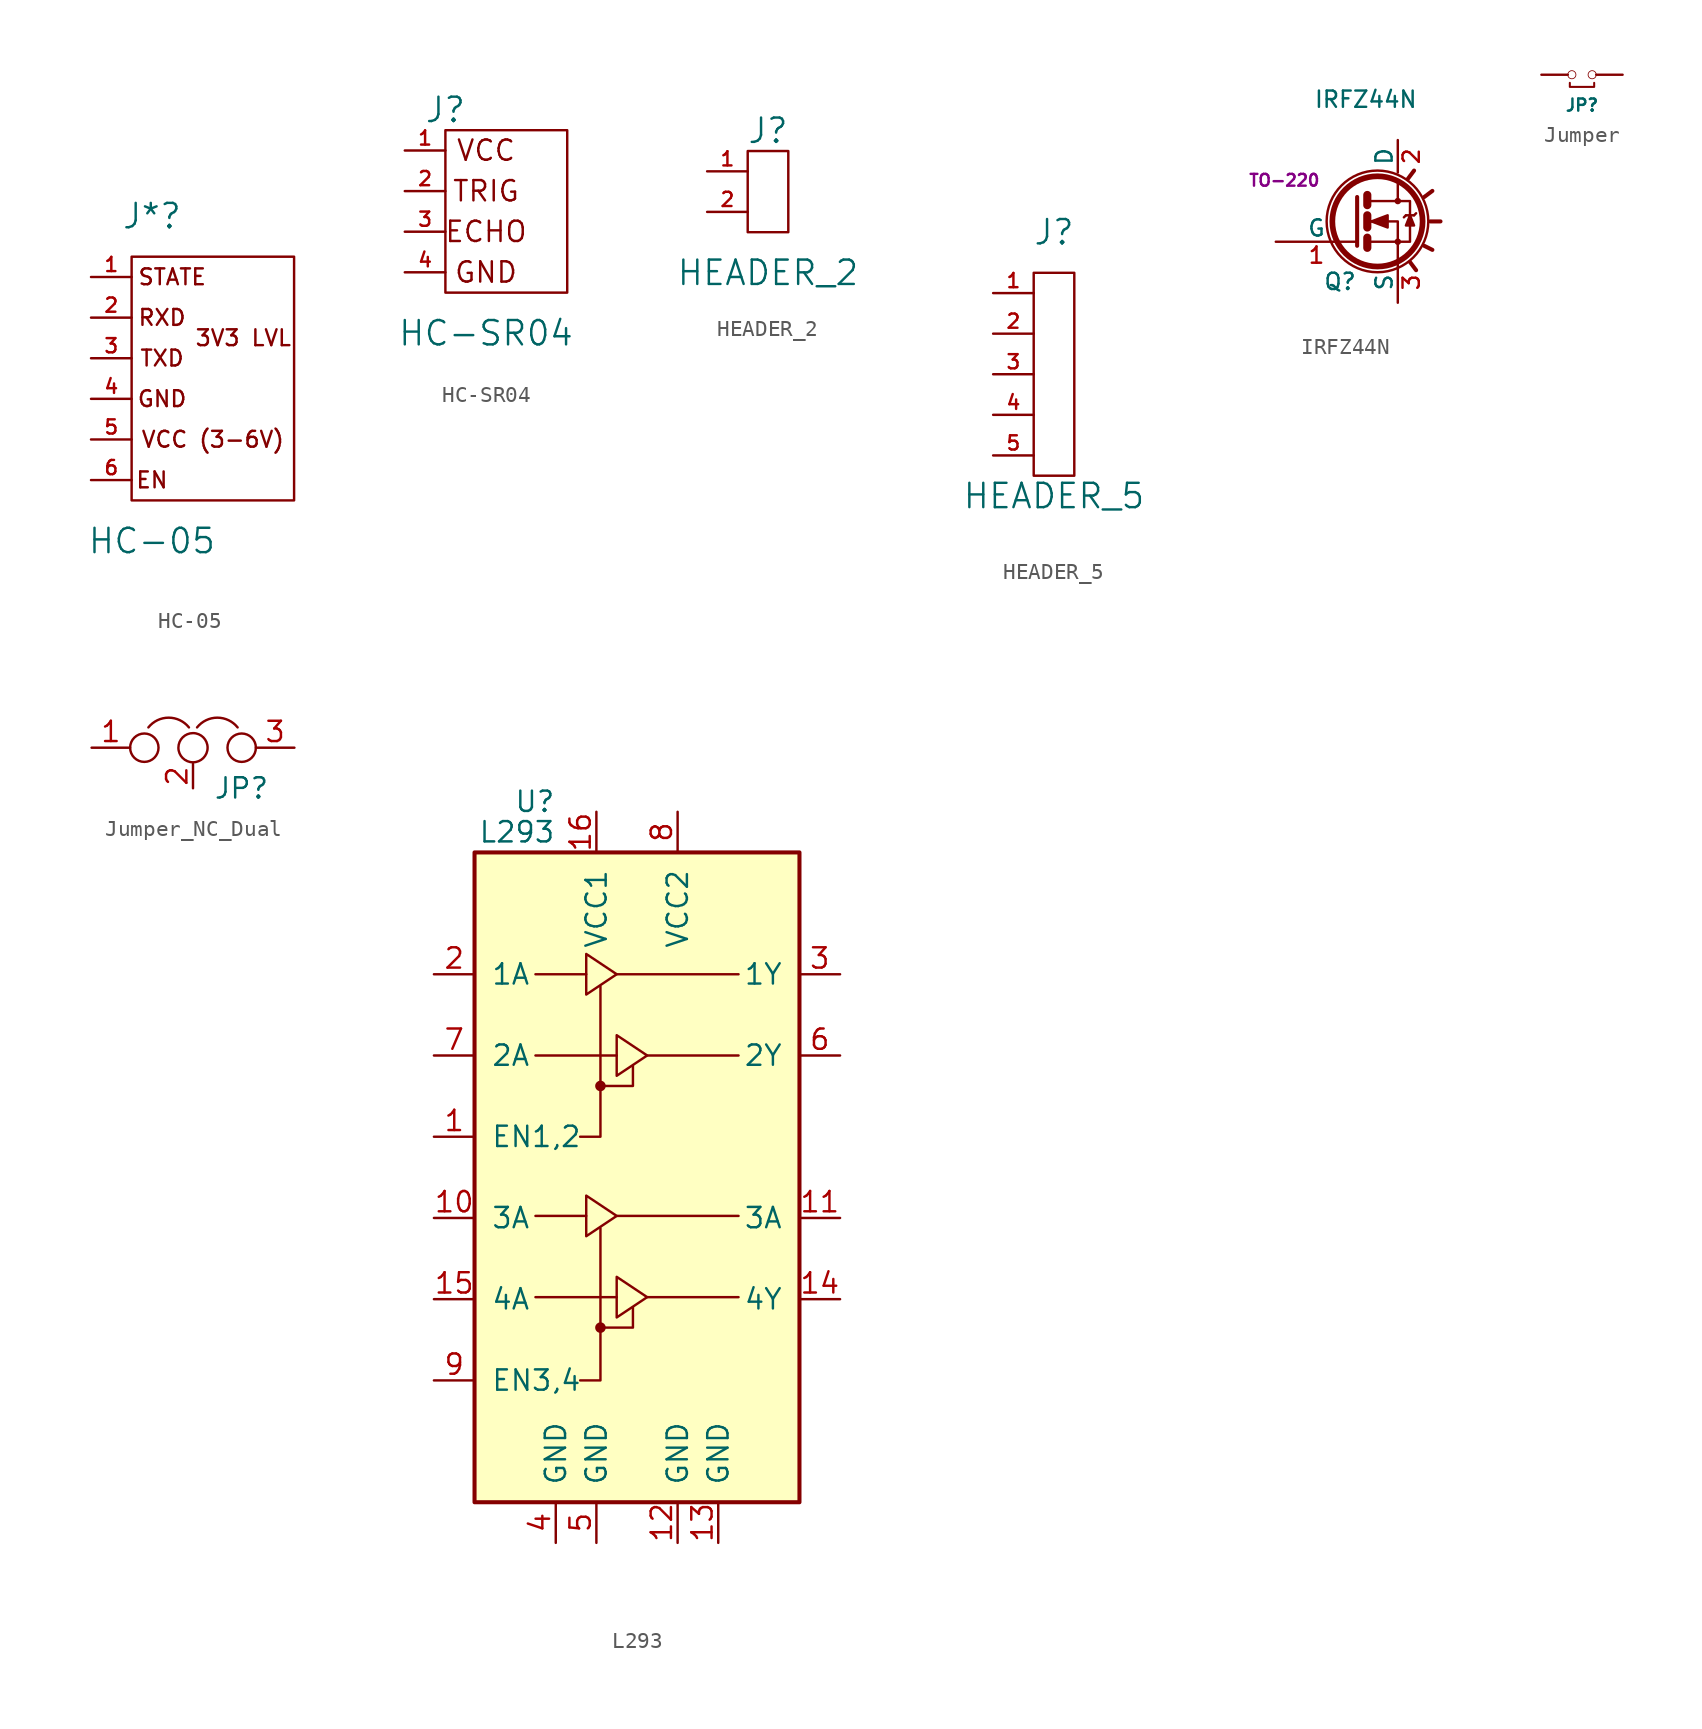
<source format=kicad_sym>
(kicad_symbol_lib
  (version 20211014)
  (generator kicad_symbol_editor)
  (symbol "HC-05"
    (pin_names
      (offset 0))
    (property "Reference" "J*"
      (at 1.27 10.16 0)
      (effects (font (size 1.524 1.524))))
    (property "Value" "HC-05"
      (at 1.27 -10.16 0)
      (effects (font (size 1.524 1.524))))
    (property "Datasheet" ""
      (at 0 16.51 0)
      (effects (font (size 1.524 1.524))))
    (symbol "HC-05_0_0"
      (text "3V3 LVL" (at 6.985 2.54 0) (effects (font (size 0.991 0.991))))
      (text "EN" (at 1.27 -6.35 0) (effects (font (size 0.991 0.991))))
      (text "GND" (at 1.905 -1.27 0) (effects (font (size 0.991 0.991))))
      (text "RXD" (at 1.905 3.81 0) (effects (font (size 0.991 0.991))))
      (text "STATE" (at 2.54 6.35 0) (effects (font (size 0.991 0.991))))
      (text "TXD" (at 1.905 1.27 0) (effects (font (size 0.991 0.991))))
      (text "VCC (3-6V)" (at 5.08 -3.81 0) (effects (font (size 0.991 0.991)))))
    (symbol "HC-05_0_1"
      (rectangle (start 0 7.62) (end 10.16 -7.62) (stroke (width 0) (type default) (color 0 0 0 0)) (fill (type none))))
    (symbol "HC-05_1_1"
      (pin passive line (at -2.54 6.35 0) (length 2.54) (name "~" (effects (font (size 1.27 1.27)))) (number "1" (effects (font (size 0.889 0.889)))))
      (pin passive line (at -2.54 3.81 0) (length 2.54) (name "~" (effects (font (size 1.27 1.27)))) (number "2" (effects (font (size 0.889 0.889)))))
      (pin passive line (at -2.54 1.27 0) (length 2.54) (name "~" (effects (font (size 1.27 1.27)))) (number "3" (effects (font (size 0.889 0.889)))))
      (pin passive line (at -2.54 -1.27 0) (length 2.54) (name "~" (effects (font (size 1.27 1.27)))) (number "4" (effects (font (size 0.889 0.889)))))
      (pin input line (at -2.54 -3.81 0) (length 2.54) (name "~" (effects (font (size 1.27 1.27)))) (number "5" (effects (font (size 0.889 0.889)))))
      (pin input line (at -2.54 -6.35 0) (length 2.54) (name "~" (effects (font (size 1.27 1.27)))) (number "6" (effects (font (size 0.889 0.889)))))))
  (symbol "HC-SR04"
    (pin_names
      (offset 0))
    (property "Reference" "J"
      (at -2.54 6.35 0)
      (effects (font (size 1.524 1.524))))
    (property "Value" "HC-SR04"
      (at 0 -7.62 0)
      (effects (font (size 1.524 1.524))))
    (property "Footprint" ""
      (at -2.54 0 0)
      (effects (font (size 1.524 1.524))))
    (property "Datasheet" ""
      (at -2.54 0 0)
      (effects (font (size 1.524 1.524))))
    (symbol "HC-SR04_0_0"
      (text "ECHO" (at 0 -1.27 0) (effects (font (size 1.27 1.27))))
      (text "GND" (at 0 -3.81 0) (effects (font (size 1.27 1.27))))
      (text "TRIG" (at 0 1.27 0) (effects (font (size 1.27 1.27))))
      (text "VCC" (at 0 3.81 0) (effects (font (size 1.27 1.27)))))
    (symbol "HC-SR04_0_1"
      (rectangle (start 5.08 5.08) (end -2.54 -5.08) (stroke (width 0) (type default) (color 0 0 0 0)) (fill (type none))))
    (symbol "HC-SR04_1_1"
      (pin power_in line (at -5.08 3.81 0) (length 2.54) (name "~" (effects (font (size 1.27 1.27)))) (number "1" (effects (font (size 0.889 0.889)))))
      (pin passive line (at -5.08 1.27 0) (length 2.54) (name "~" (effects (font (size 1.27 1.27)))) (number "2" (effects (font (size 0.889 0.889)))))
      (pin passive line (at -5.08 -1.27 0) (length 2.54) (name "~" (effects (font (size 1.27 1.27)))) (number "3" (effects (font (size 0.889 0.889)))))
      (pin power_in line (at -5.08 -3.81 0) (length 2.54) (name "~" (effects (font (size 1.27 1.27)))) (number "4" (effects (font (size 0.889 0.889)))))))
  (symbol "HEADER_2"
    (pin_names
      (offset 0))
    (property "Reference" "J"
      (at 1.27 3.81 0)
      (effects (font (size 1.524 1.524))))
    (property "Value" "HEADER_2"
      (at 1.27 -5.08 0)
      (effects (font (size 1.524 1.524))))
    (property "Footprint" ""
      (at 0 6.35 0)
      (effects (font (size 1.524 1.524))))
    (property "Datasheet" ""
      (at 0 6.35 0)
      (effects (font (size 1.524 1.524))))
    (symbol "HEADER_2_0_1"
      (rectangle (start 0 2.54) (end 2.54 -2.54) (stroke (width 0) (type default) (color 0 0 0 0)) (fill (type none))))
    (symbol "HEADER_2_1_1"
      (pin passive line (at -2.54 1.27 0) (length 2.54) (name "~" (effects (font (size 1.27 1.27)))) (number "1" (effects (font (size 0.889 0.889)))))
      (pin passive line (at -2.54 -1.27 0) (length 2.54) (name "~" (effects (font (size 1.27 1.27)))) (number "2" (effects (font (size 0.889 0.889)))))))
  (symbol "HEADER_5"
    (pin_names
      (offset 0))
    (property "Reference" "J"
      (at 1.27 8.89 0)
      (effects (font (size 1.524 1.524))))
    (property "Value" "HEADER_5"
      (at 1.27 -7.62 0)
      (effects (font (size 1.524 1.524))))
    (property "Footprint" ""
      (at 0 16.51 0)
      (effects (font (size 1.524 1.524))))
    (property "Datasheet" ""
      (at 0 16.51 0)
      (effects (font (size 1.524 1.524))))
    (symbol "HEADER_5_0_1"
      (rectangle (start 0 6.35) (end 2.54 -6.35) (stroke (width 0) (type default) (color 0 0 0 0)) (fill (type none))))
    (symbol "HEADER_5_1_1"
      (pin passive line (at -2.54 5.08 0) (length 2.54) (name "~" (effects (font (size 1.27 1.27)))) (number "1" (effects (font (size 0.889 0.889)))))
      (pin passive line (at -2.54 2.54 0) (length 2.54) (name "~" (effects (font (size 1.27 1.27)))) (number "2" (effects (font (size 0.889 0.889)))))
      (pin passive line (at -2.54 0 0) (length 2.54) (name "~" (effects (font (size 1.27 1.27)))) (number "3" (effects (font (size 0.889 0.889)))))
      (pin passive line (at -2.54 -2.54 0) (length 2.54) (name "~" (effects (font (size 1.27 1.27)))) (number "4" (effects (font (size 0.889 0.889)))))
      (pin input line (at -2.54 -5.08 0) (length 2.54) (name "~" (effects (font (size 1.27 1.27)))) (number "5" (effects (font (size 0.889 0.889)))))))
  (symbol "IRFZ44N"
    (pin_names
      (offset 0))
    (property "Reference" "Q"
      (at 0 -3.759 0)
      (effects (font (size 1.016 1.016)) (justify right)))
    (property "Value" "IRFZ44N"
      (at 3.81 7.62 0)
      (effects (font (size 1.016 1.016)) (justify right)))
    (property "Footprint" "TO-220"
      (at -4.547 2.565 0)
      (effects (font (size 0.737 0.737))))
    (property "Datasheet" ""
      (at 0 0 0)
      (effects (font (size 1.524 1.524))))
    (symbol "IRFZ44N_0_1"
      (polyline (pts (xy 0.635 -1.016) (xy 0.635 -1.651)) (stroke (width 0.508) (type default) (color 0 0 0 0)) (fill (type none)))
      (polyline (pts (xy 0.635 0.381) (xy 0.635 -0.381)) (stroke (width 0.508) (type default) (color 0 0 0 0)) (fill (type none)))
      (polyline (pts (xy 0.635 1.651) (xy 0.635 1.016)) (stroke (width 0.508) (type default) (color 0 0 0 0)) (fill (type none)))
      (polyline (pts (xy 3.048 0.381) (xy 2.921 0.254)) (stroke (width 0) (type default) (color 0 0 0 0)) (fill (type none)))
      (polyline (pts (xy 3.048 0.381) (xy 3.556 0.381)) (stroke (width 0) (type default) (color 0 0 0 0)) (fill (type none)))
      (polyline (pts (xy 3.175 2.667) (xy 3.556 3.175)) (stroke (width 0.254) (type default) (color 0 0 0 0)) (fill (type none)))
      (polyline (pts (xy 3.302 -2.54) (xy 3.683 -3.048)) (stroke (width 0.254) (type default) (color 0 0 0 0)) (fill (type none)))
      (polyline (pts (xy 3.556 0.381) (xy 3.683 0.508)) (stroke (width 0) (type default) (color 0 0 0 0)) (fill (type none)))
      (polyline (pts (xy 4.191 -1.524) (xy 4.699 -1.778)) (stroke (width 0.254) (type default) (color 0 0 0 0)) (fill (type none)))
      (polyline (pts (xy 4.191 1.524) (xy 4.699 1.905)) (stroke (width 0.254) (type default) (color 0 0 0 0)) (fill (type none)))
      (polyline (pts (xy 4.572 0) (xy 5.207 0)) (stroke (width 0.254) (type default) (color 0 0 0 0)) (fill (type none)))
      (polyline (pts (xy 0 1.524) (xy 0 -1.524) (xy 0 -1.524)) (stroke (width 0.254) (type default) (color 0 0 0 0)) (fill (type none)))
      (polyline (pts (xy 0.762 -1.27) (xy 2.54 -1.27) (xy 2.54 -2.54) (xy 2.54 -2.54)) (stroke (width 0) (type default) (color 0 0 0 0)) (fill (type none)))
      (polyline (pts (xy 0.762 1.27) (xy 2.54 1.27) (xy 2.54 2.54) (xy 2.54 2.54)) (stroke (width 0) (type default) (color 0 0 0 0)) (fill (type none)))
      (polyline (pts (xy 2.54 1.27) (xy 3.302 1.27) (xy 3.302 -1.27) (xy 2.54 -1.27)) (stroke (width 0) (type default) (color 0 0 0 0)) (fill (type none)))
      (polyline (pts (xy 3.302 0.381) (xy 3.048 -0.254) (xy 3.556 -0.254) (xy 3.302 0.381)) (stroke (width 0) (type default) (color 0 0 0 0)) (fill (type outline)))
      (polyline (pts (xy 0.762 0) (xy 1.27 0) (xy 2.54 0) (xy 2.54 -1.27) (xy 2.54 -1.27)) (stroke (width 0) (type default) (color 0 0 0 0)) (fill (type none)))
      (polyline (pts (xy 0.889 0) (xy 1.905 0.381) (xy 1.905 -0.381) (xy 0.889 0) (xy 1.016 0) (xy 1.016 0)) (stroke (width 0) (type default) (color 0 0 0 0)) (fill (type outline)))
      (circle (center 1.27 0) (radius 2.819) (stroke (width 0.356) (type default) (color 0 0 0 0)) (fill (type none)))
      (circle (center 1.27 0) (radius 3.175) (stroke (width 0) (type default) (color 0 0 0 0)) (fill (type none)))
      (circle (center 2.54 -1.27) (radius 0.127) (stroke (width 0) (type default) (color 0 0 0 0)) (fill (type none)))
      (circle (center 2.54 1.27) (radius 0.127) (stroke (width 0) (type default) (color 0 0 0 0)) (fill (type none))))
    (symbol "IRFZ44N_1_1"
      (pin input line (at -5.08 -1.27 0) (length 5.08) (name "G" (effects (font (size 1.016 1.016)))) (number "1" (effects (font (size 1.016 1.016)))))
      (pin passive line (at 2.54 5.08 270) (length 2.032) (name "D" (effects (font (size 1.016 1.016)))) (number "2" (effects (font (size 1.016 1.016)))))
      (pin passive line (at 2.54 -5.08 90) (length 2.54) (name "S" (effects (font (size 1.016 1.016)))) (number "3" (effects (font (size 1.016 1.016)))))))
  (symbol "Jumper"
    (pin_numbers hide)
    (pin_names
      (offset 0) hide)
    (property "Reference" "JP"
      (at 0 -1.905 0)
      (effects (font (size 0.762 0.762))))
    (property "Footprint" ""
      (at 0 0 0)
      (effects (font (size 1.524 1.524))))
    (property "Datasheet" ""
      (at 0 0 0)
      (effects (font (size 1.524 1.524))))
    (symbol "Jumper_0_1"
      (circle (center -0.635 0) (radius 0.254) (stroke (width 0.051) (type default) (color 0 0 0 0)) (fill (type none)))
      (polyline (pts (xy -0.762 -0.508) (xy -0.762 -0.762) (xy 0.762 -0.762) (xy 0.762 -0.508) (xy 0.762 -0.508)) (stroke (width 0.127) (type default) (color 0 0 0 0)) (fill (type none)))
      (circle (center 0.635 0) (radius 0.254) (stroke (width 0.051) (type default) (color 0 0 0 0)) (fill (type none))))
    (symbol "Jumper_1_1"
      (pin passive line (at -2.54 0 0) (length 1.651) (name "A" (effects (font (size 1.27 1.27)))) (number "1" (effects (font (size 1.27 1.27)))))
      (pin passive line (at 2.54 0 180) (length 1.651) (name "B" (effects (font (size 1.27 1.27)))) (number "2" (effects (font (size 1.27 1.27)))))))
  (symbol "Jumper_NC_Dual"
    (pin_names
      (offset 0.762) hide)
    (property "Reference" "JP"
      (at 1.27 -2.54 0)
      (effects (font (size 1.27 1.27)) (justify left)))
    (symbol "Jumper_NC_Dual_0_1"
      (circle (center -3.048 0) (radius 0.889) (stroke (width 0) (type default) (color 0 0 0 0)) (fill (type none)))
      (arc (start -0.254 1.27) (mid -1.524 1.8804) (end -2.794 1.27) (stroke (width 0) (type default) (color 0 0 0 0)) (fill (type none)))
      (circle (center 0 0) (radius 0.914) (stroke (width 0) (type default) (color 0 0 0 0)) (fill (type none)))
      (arc (start 2.794 1.27) (mid 1.524 1.8804) (end 0.254 1.27) (stroke (width 0) (type default) (color 0 0 0 0)) (fill (type none)))
      (circle (center 3.048 0) (radius 0.889) (stroke (width 0) (type default) (color 0 0 0 0)) (fill (type none)))
      (pin passive line (at -6.35 0 0) (length 2.413) (name "1" (effects (font (size 1.27 1.27)))) (number "1" (effects (font (size 1.27 1.27)))))
      (pin passive line (at 0 -2.54 90) (length 1.524) (name "2" (effects (font (size 1.27 1.27)))) (number "2" (effects (font (size 1.27 1.27)))))
      (pin passive line (at 6.35 0 180) (length 2.413) (name "3" (effects (font (size 1.27 1.27)))) (number "3" (effects (font (size 1.27 1.27)))))))
  (symbol "L293"
    (pin_names
      (offset 1.016))
    (property "Reference" "U"
      (at -5.08 23.495 0)
      (effects (font (size 1.27 1.27)) (justify right)))
    (property "Value" "L293"
      (at -5.08 21.59 0)
      (effects (font (size 1.27 1.27)) (justify right)))
    (symbol "L293_0_1"
      (rectangle (start -10.16 20.32) (end 10.16 -20.32) (stroke (width 0.254) (type default) (color 0 0 0 0)) (fill (type background)))
      (circle (center -2.286 -9.398) (radius 0.254) (stroke (width 0) (type default) (color 0 0 0 0)) (fill (type outline)))
      (circle (center -2.286 5.715) (radius 0.254) (stroke (width 0) (type default) (color 0 0 0 0)) (fill (type outline)))
      (polyline (pts (xy -6.35 -7.493) (xy -1.27 -7.493)) (stroke (width 0) (type default) (color 0 0 0 0)) (fill (type none)))
      (polyline (pts (xy -6.35 -2.413) (xy -3.175 -2.413)) (stroke (width 0) (type default) (color 0 0 0 0)) (fill (type none)))
      (polyline (pts (xy -6.35 7.62) (xy -1.27 7.62)) (stroke (width 0) (type default) (color 0 0 0 0)) (fill (type none)))
      (polyline (pts (xy -6.35 12.7) (xy -3.175 12.7)) (stroke (width 0) (type default) (color 0 0 0 0)) (fill (type none)))
      (polyline (pts (xy -1.27 -2.413) (xy 6.35 -2.413)) (stroke (width 0) (type default) (color 0 0 0 0)) (fill (type none)))
      (polyline (pts (xy -1.27 12.7) (xy 6.35 12.7)) (stroke (width 0) (type default) (color 0 0 0 0)) (fill (type none)))
      (polyline (pts (xy 0.635 -7.493) (xy 6.35 -7.493)) (stroke (width 0) (type default) (color 0 0 0 0)) (fill (type none)))
      (polyline (pts (xy 0.635 7.62) (xy 6.35 7.62)) (stroke (width 0) (type default) (color 0 0 0 0)) (fill (type none)))
      (polyline (pts (xy -2.286 -9.398) (xy -0.254 -9.398) (xy -0.254 -8.128)) (stroke (width 0) (type default) (color 0 0 0 0)) (fill (type none)))
      (polyline (pts (xy -2.286 -3.175) (xy -2.286 -12.7) (xy -3.556 -12.7)) (stroke (width 0) (type default) (color 0 0 0 0)) (fill (type none)))
      (polyline (pts (xy -2.286 5.715) (xy -0.254 5.715) (xy -0.254 6.985)) (stroke (width 0) (type default) (color 0 0 0 0)) (fill (type none)))
      (polyline (pts (xy -2.286 11.938) (xy -2.286 2.54) (xy -3.556 2.54)) (stroke (width 0) (type default) (color 0 0 0 0)) (fill (type none)))
      (polyline (pts (xy -3.175 -1.143) (xy -3.175 -3.683) (xy -1.27 -2.413) (xy -3.175 -1.143)) (stroke (width 0) (type default) (color 0 0 0 0)) (fill (type none)))
      (polyline (pts (xy -3.175 13.97) (xy -3.175 11.43) (xy -1.27 12.7) (xy -3.175 13.97)) (stroke (width 0) (type default) (color 0 0 0 0)) (fill (type none)))
      (polyline (pts (xy -1.27 -6.223) (xy -1.27 -8.763) (xy 0.635 -7.493) (xy -1.27 -6.223)) (stroke (width 0) (type default) (color 0 0 0 0)) (fill (type none)))
      (polyline (pts (xy -1.27 8.89) (xy -1.27 6.35) (xy 0.635 7.62) (xy -1.27 8.89)) (stroke (width 0) (type default) (color 0 0 0 0)) (fill (type none))))
    (symbol "L293_1_1"
      (pin input line (at -12.7 2.54 0) (length 2.54) (name "EN1,2" (effects (font (size 1.27 1.27)))) (number "1" (effects (font (size 1.27 1.27)))))
      (pin input line (at -12.7 -2.54 0) (length 2.54) (name "3A" (effects (font (size 1.27 1.27)))) (number "10" (effects (font (size 1.27 1.27)))))
      (pin output line (at 12.7 -2.54 180) (length 2.54) (name "3A" (effects (font (size 1.27 1.27)))) (number "11" (effects (font (size 1.27 1.27)))))
      (pin power_in line (at 2.54 -22.86 90) (length 2.54) (name "GND" (effects (font (size 1.27 1.27)))) (number "12" (effects (font (size 1.27 1.27)))))
      (pin power_in line (at 5.08 -22.86 90) (length 2.54) (name "GND" (effects (font (size 1.27 1.27)))) (number "13" (effects (font (size 1.27 1.27)))))
      (pin output line (at 12.7 -7.62 180) (length 2.54) (name "4Y" (effects (font (size 1.27 1.27)))) (number "14" (effects (font (size 1.27 1.27)))))
      (pin input line (at -12.7 -7.62 0) (length 2.54) (name "4A" (effects (font (size 1.27 1.27)))) (number "15" (effects (font (size 1.27 1.27)))))
      (pin power_in line (at -2.54 22.86 270) (length 2.54) (name "VCC1" (effects (font (size 1.27 1.27)))) (number "16" (effects (font (size 1.27 1.27)))))
      (pin input line (at -12.7 12.7 0) (length 2.54) (name "1A" (effects (font (size 1.27 1.27)))) (number "2" (effects (font (size 1.27 1.27)))))
      (pin output line (at 12.7 12.7 180) (length 2.54) (name "1Y" (effects (font (size 1.27 1.27)))) (number "3" (effects (font (size 1.27 1.27)))))
      (pin power_in line (at -5.08 -22.86 90) (length 2.54) (name "GND" (effects (font (size 1.27 1.27)))) (number "4" (effects (font (size 1.27 1.27)))))
      (pin power_in line (at -2.54 -22.86 90) (length 2.54) (name "GND" (effects (font (size 1.27 1.27)))) (number "5" (effects (font (size 1.27 1.27)))))
      (pin output line (at 12.7 7.62 180) (length 2.54) (name "2Y" (effects (font (size 1.27 1.27)))) (number "6" (effects (font (size 1.27 1.27)))))
      (pin input line (at -12.7 7.62 0) (length 2.54) (name "2A" (effects (font (size 1.27 1.27)))) (number "7" (effects (font (size 1.27 1.27)))))
      (pin power_in line (at 2.54 22.86 270) (length 2.54) (name "VCC2" (effects (font (size 1.27 1.27)))) (number "8" (effects (font (size 1.27 1.27)))))
      (pin input line (at -12.7 -12.7 0) (length 2.54) (name "EN3,4" (effects (font (size 1.27 1.27)))) (number "9" (effects (font (size 1.27 1.27))))))))
</source>
